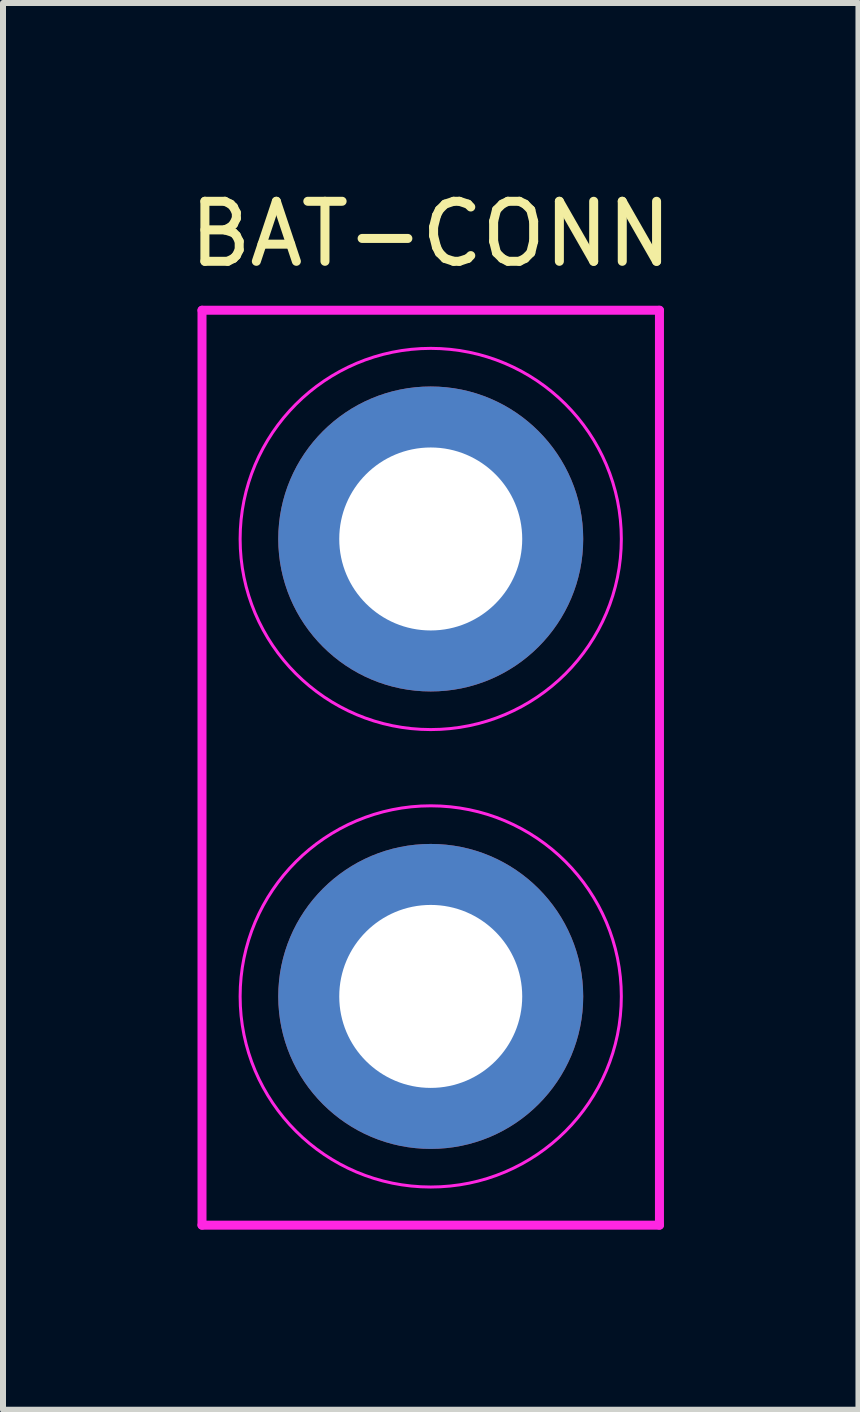
<source format=kicad_pcb>
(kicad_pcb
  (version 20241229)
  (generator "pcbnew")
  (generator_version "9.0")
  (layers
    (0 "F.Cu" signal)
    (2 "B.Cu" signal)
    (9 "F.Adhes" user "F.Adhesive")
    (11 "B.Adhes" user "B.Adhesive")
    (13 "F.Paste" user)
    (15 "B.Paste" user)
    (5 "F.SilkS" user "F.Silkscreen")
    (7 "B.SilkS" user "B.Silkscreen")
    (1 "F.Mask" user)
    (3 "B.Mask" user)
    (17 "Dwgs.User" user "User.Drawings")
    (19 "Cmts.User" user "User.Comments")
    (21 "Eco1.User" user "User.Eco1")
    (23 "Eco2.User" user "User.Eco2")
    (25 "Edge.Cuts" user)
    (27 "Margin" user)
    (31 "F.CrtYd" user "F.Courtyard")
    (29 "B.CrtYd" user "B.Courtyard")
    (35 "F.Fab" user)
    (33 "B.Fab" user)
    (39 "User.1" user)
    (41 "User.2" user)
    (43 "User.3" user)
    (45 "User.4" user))
  (footprint "BAT-CONN"
    (layer "F.Cu")
    (at 4.125 9.738)
    (property "Reference" "BAT-CONN" (at 0 -8.89 0) (layer "F.SilkS") (effects (font (size 1 1) (thickness 0.15))))
    (attr through_hole)
    (fp_line (start -3.81 -7.62) (end 3.81 -7.62) (stroke (width 0.15) (type solid)) (layer "F.CrtYd"))
    (fp_line (start -3.81 7.62) (end -3.81 -7.62) (stroke (width 0.15) (type solid)) (layer "F.CrtYd"))
    (fp_line (start 3.81 -7.62) (end 3.81 7.62) (stroke (width 0.15) (type solid)) (layer "F.CrtYd"))
    (fp_line (start 3.81 7.62) (end -3.81 7.62) (stroke (width 0.15) (type solid)) (layer "F.CrtYd"))
    (fp_circle (center 0 -3.81) (end 3.175 -3.81) (stroke (width 0.05) (type solid)) (fill no) (layer "F.CrtYd"))
    (fp_circle (center 0 3.81) (end 3.175 3.81) (stroke (width 0.05) (type solid)) (fill no) (layer "F.CrtYd"))
    (pad "1" thru_hole circle (at 0 -3.81) (size 5.08 5.08) (drill 3.048) (layers "*.Cu" "*.Mask"))
    (pad "2" thru_hole circle (at 0 3.81) (size 5.08 5.08) (drill 3.048) (layers "*.Cu" "*.Mask")))
  (gr_rect
    (start -3 -3)
    (end 11.25 20.433)
    (stroke (width 0.1) (type default))
    (fill no)
    (layer "Edge.Cuts")))
</source>
